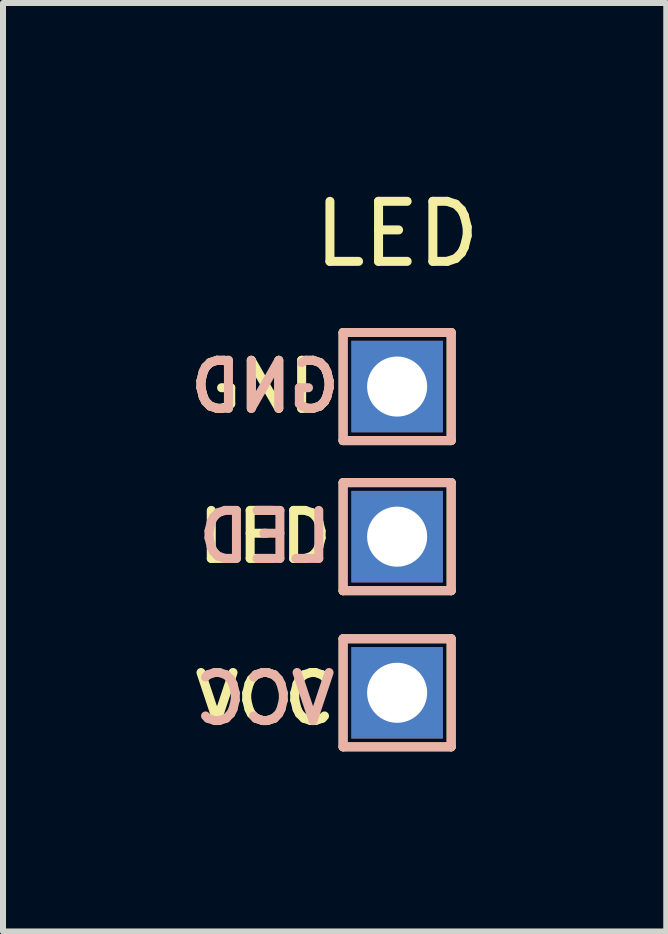
<source format=kicad_pcb>
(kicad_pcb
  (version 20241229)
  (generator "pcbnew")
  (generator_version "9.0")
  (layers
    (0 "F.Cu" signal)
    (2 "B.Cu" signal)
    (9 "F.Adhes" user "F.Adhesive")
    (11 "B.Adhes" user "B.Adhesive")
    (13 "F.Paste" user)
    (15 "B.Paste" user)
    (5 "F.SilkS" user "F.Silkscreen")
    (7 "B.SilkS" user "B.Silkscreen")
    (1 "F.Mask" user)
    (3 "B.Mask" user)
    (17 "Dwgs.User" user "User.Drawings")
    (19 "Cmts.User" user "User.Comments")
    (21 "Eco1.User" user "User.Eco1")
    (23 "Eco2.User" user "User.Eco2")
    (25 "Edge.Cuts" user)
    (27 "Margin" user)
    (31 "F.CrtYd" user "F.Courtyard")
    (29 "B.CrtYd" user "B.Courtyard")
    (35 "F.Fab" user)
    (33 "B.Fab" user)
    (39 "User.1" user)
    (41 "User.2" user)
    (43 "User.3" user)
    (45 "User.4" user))
  (footprint "LED"
    (layer "F.Cu")
    (at 3.564 3.388)
    (property "Reference" "LED" (at 0 -2.54 0) (layer "F.SilkS") (effects (font (size 1 1) (thickness 0.15))))
    (attr through_hole)
    (fp_line (start -0.9 -0.9) (end 0.9 -0.9) (stroke (width 0.15) (type solid)) (layer "F.SilkS"))
    (fp_line (start -0.9 0.9) (end -0.9 -0.9) (stroke (width 0.15) (type solid)) (layer "F.SilkS"))
    (fp_line (start -0.9 1.6) (end -0.9 3.4) (stroke (width 0.15) (type solid)) (layer "F.SilkS"))
    (fp_line (start -0.9 1.6) (end 0.9 1.6) (stroke (width 0.15) (type solid)) (layer "F.SilkS"))
    (fp_line (start -0.9 4.2) (end -0.9 6) (stroke (width 0.15) (type solid)) (layer "F.SilkS"))
    (fp_line (start -0.9 4.2) (end 0.9 4.2) (stroke (width 0.15) (type solid)) (layer "F.SilkS"))
    (fp_line (start 0.9 -0.9) (end 0.9 0.9) (stroke (width 0.15) (type solid)) (layer "F.SilkS"))
    (fp_line (start 0.9 0.9) (end -0.9 0.9) (stroke (width 0.15) (type solid)) (layer "F.SilkS"))
    (fp_line (start 0.9 1.6) (end 0.9 3.4) (stroke (width 0.15) (type solid)) (layer "F.SilkS"))
    (fp_line (start 0.9 3.4) (end -0.9 3.4) (stroke (width 0.15) (type solid)) (layer "F.SilkS"))
    (fp_line (start 0.9 4.2) (end 0.9 6) (stroke (width 0.15) (type solid)) (layer "F.SilkS"))
    (fp_line (start 0.9 6) (end -0.9 6) (stroke (width 0.15) (type solid)) (layer "F.SilkS"))
    (fp_line (start -0.9 -0.9) (end 0.9 -0.9) (stroke (width 0.15) (type solid)) (layer "B.SilkS"))
    (fp_line (start -0.9 0.9) (end -0.9 -0.9) (stroke (width 0.15) (type solid)) (layer "B.SilkS"))
    (fp_line (start -0.9 1.6) (end 0.9 1.6) (stroke (width 0.15) (type solid)) (layer "B.SilkS"))
    (fp_line (start -0.9 3.4) (end -0.9 1.6) (stroke (width 0.15) (type solid)) (layer "B.SilkS"))
    (fp_line (start -0.9 4.2) (end 0.9 4.2) (stroke (width 0.15) (type solid)) (layer "B.SilkS"))
    (fp_line (start -0.9 6) (end -0.9 4.2) (stroke (width 0.15) (type solid)) (layer "B.SilkS"))
    (fp_line (start 0.9 -0.9) (end 0.9 0.9) (stroke (width 0.15) (type solid)) (layer "B.SilkS"))
    (fp_line (start 0.9 0.9) (end -0.9 0.9) (stroke (width 0.15) (type solid)) (layer "B.SilkS"))
    (fp_line (start 0.9 1.6) (end 0.9 3.4) (stroke (width 0.15) (type solid)) (layer "B.SilkS"))
    (fp_line (start 0.9 3.4) (end -0.9 3.4) (stroke (width 0.15) (type solid)) (layer "B.SilkS"))
    (fp_line (start 0.9 4.2) (end 0.9 6) (stroke (width 0.15) (type solid)) (layer "B.SilkS"))
    (fp_line (start 0.9 6) (end -0.9 6) (stroke (width 0.15) (type solid)) (layer "B.SilkS"))
    (fp_text user "GND" (at -2.2 0 0) (layer "F.SilkS") (effects (font (size 0.8 0.8) (thickness 0.15))))
    (fp_text user "VCC" (at -2.2 5.2 0) (layer "F.SilkS") (effects (font (size 0.8 0.8) (thickness 0.15))))
    (fp_text user "LED" (at -2.2 2.5 180) (layer "F.SilkS") (effects (font (size 0.8 0.8) (thickness 0.15))))
    (fp_text user "VCC" (at -2.2 5.2 0) (layer "B.SilkS") (effects (font (size 0.8 0.8) (thickness 0.15)) (justify mirror)))
    (fp_text user "GND" (at -2.2 0 0) (layer "B.SilkS") (effects (font (size 0.8 0.8) (thickness 0.15)) (justify mirror)))
    (fp_text user "LED" (at -2.2 2.5 0) (layer "B.SilkS") (effects (font (size 0.8 0.8) (thickness 0.15)) (justify mirror)))
    (pad "1" thru_hole rect (at 0 0 90) (size 1.524 1.524) (drill 1) (layers "*.Cu" "*.Mask"))
    (pad "2" thru_hole rect (at 0 2.5) (size 1.524 1.524) (drill 1) (layers "*.Cu" "*.Mask"))
    (pad "3" thru_hole rect (at 0 5.1) (size 1.524 1.524) (drill 1) (layers "*.Cu" "*.Mask")))
  (gr_rect
    (start -3 -3)
    (end 8.046 12.463)
    (stroke (width 0.1) (type default))
    (fill no)
    (layer "Edge.Cuts")))
</source>
